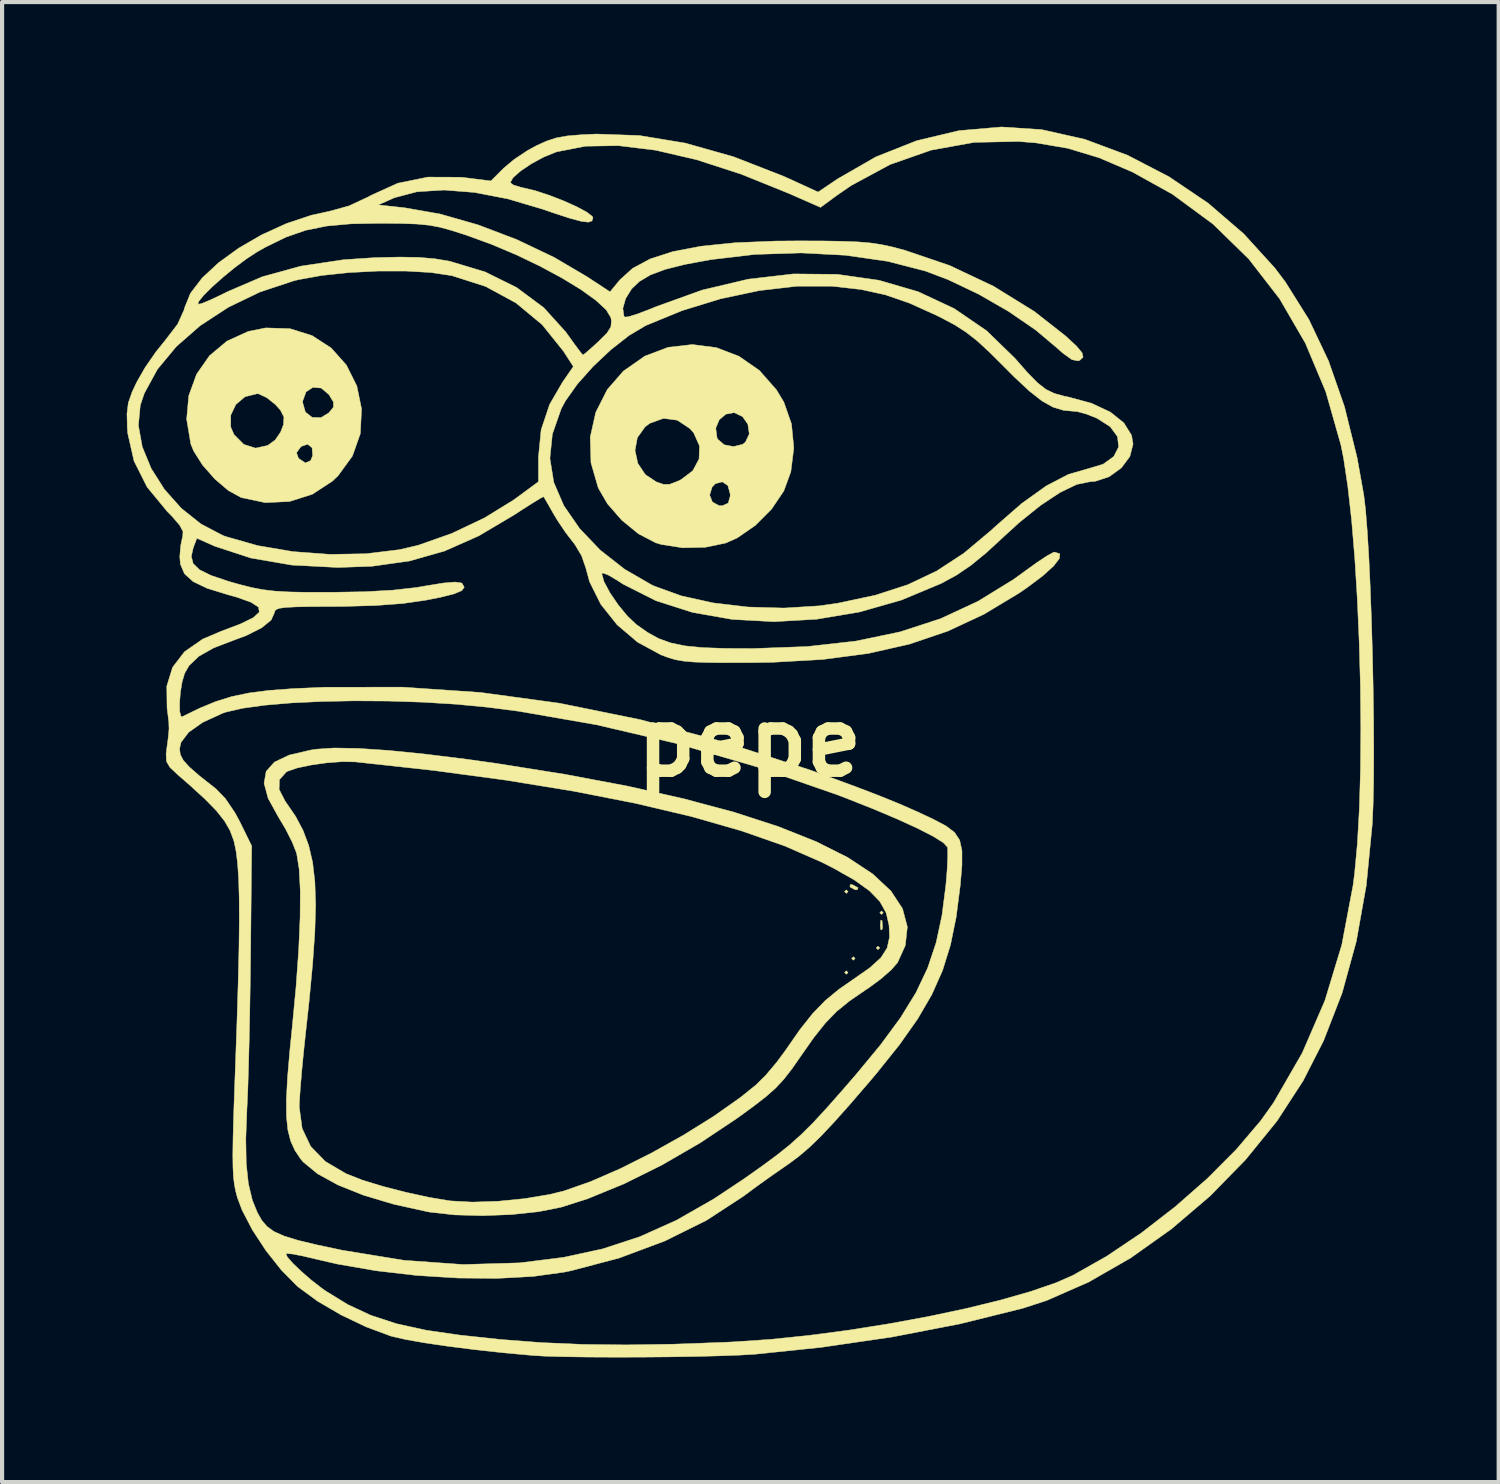
<source format=kicad_pcb>
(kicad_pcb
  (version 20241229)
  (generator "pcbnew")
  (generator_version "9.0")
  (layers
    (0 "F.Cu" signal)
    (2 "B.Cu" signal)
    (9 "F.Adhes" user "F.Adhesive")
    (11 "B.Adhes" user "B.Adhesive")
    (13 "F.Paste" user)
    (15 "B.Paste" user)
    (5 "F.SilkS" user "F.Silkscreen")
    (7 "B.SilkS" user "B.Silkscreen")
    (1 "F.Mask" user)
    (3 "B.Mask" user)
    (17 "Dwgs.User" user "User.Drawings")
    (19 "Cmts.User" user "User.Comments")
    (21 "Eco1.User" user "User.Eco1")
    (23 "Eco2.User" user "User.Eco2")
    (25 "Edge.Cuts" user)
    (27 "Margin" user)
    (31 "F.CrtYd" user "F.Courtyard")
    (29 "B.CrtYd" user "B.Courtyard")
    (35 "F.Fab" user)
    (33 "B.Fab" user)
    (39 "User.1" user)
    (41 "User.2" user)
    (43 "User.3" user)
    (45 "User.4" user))
  (footprint "pepe"
    (layer "F.Cu")
    (at 14.986 14.806)
    (property "Reference" "pepe" (at 0 0 0) (layer "F.SilkS") (effects (font (size 1.524 1.524) (thickness 0.3))))
    (attr through_hole)
    (fp_poly (pts (xy 2.371 3.598) (xy 2.328 3.641) (xy 2.286 3.598) (xy 2.328 3.556) (xy 2.371 3.598)) (stroke (width 0.01) (type solid)) (fill yes) (layer "F.SilkS"))
    (fp_poly (pts (xy 2.371 5.546) (xy 2.328 5.588) (xy 2.286 5.546) (xy 2.328 5.503) (xy 2.371 5.546)) (stroke (width 0.01) (type solid)) (fill yes) (layer "F.SilkS"))
    (fp_poly (pts (xy 2.54 5.207) (xy 2.498 5.249) (xy 2.455 5.207) (xy 2.498 5.165) (xy 2.54 5.207)) (stroke (width 0.01) (type solid)) (fill yes) (layer "F.SilkS"))
    (fp_poly (pts (xy 3.133 4.953) (xy 3.09 4.995) (xy 3.048 4.953) (xy 3.09 4.911) (xy 3.133 4.953)) (stroke (width 0.01) (type solid)) (fill yes) (layer "F.SilkS"))
    (fp_poly (pts (xy 3.217 4.106) (xy 3.175 4.149) (xy 3.133 4.106) (xy 3.175 4.064) (xy 3.217 4.106)) (stroke (width 0.01) (type solid)) (fill yes) (layer "F.SilkS"))
    (fp_poly (pts (xy 3.189 4.297) (xy 3.2 4.47) (xy 3.189 4.508) (xy 3.158 4.519) (xy 3.146 4.403) (xy 3.159 4.282) (xy 3.189 4.297)) (stroke (width 0.01) (type solid)) (fill yes) (layer "F.SilkS"))
    (fp_poly (pts (xy 2.493 3.439) (xy 2.612 3.507) (xy 2.592 3.552) (xy 2.545 3.556) (xy 2.43 3.495) (xy 2.414 3.472) (xy 2.427 3.424) (xy 2.493 3.439)) (stroke (width 0.01) (type solid)) (fill yes) (layer "F.SilkS"))
    (fp_poly (pts (xy -11.058 -9.948) (xy -10.527 -9.781) (xy -10.067 -9.483) (xy -9.701 -9.072) (xy -9.449 -8.567) (xy -9.336 -8.016) (xy -9.366 -7.42) (xy -9.556 -6.882) (xy -9.9 -6.41) (xy -10.04 -6.277) (xy -10.52 -5.963) (xy -11.069 -5.789) (xy -11.653 -5.761) (xy -12.234 -5.884) (xy -12.543 -6.054) (xy -12.868 -6.331) (xy -13.162 -6.665) (xy -13.35 -6.962) (xy -10.901 -6.962) (xy -10.859 -6.843) (xy -10.839 -6.817) (xy -10.687 -6.717) (xy -10.561 -6.773) (xy -10.512 -6.895) (xy -10.527 -7.083) (xy -10.633 -7.166) (xy -10.783 -7.116) (xy -10.809 -7.091) (xy -10.901 -6.962) (xy -13.35 -6.962) (xy -13.378 -7.007) (xy -13.445 -7.172) (xy -13.514 -7.584) (xy -12.485 -7.584) (xy -12.406 -7.4) (xy -12.169 -7.163) (xy -11.887 -7.073) (xy -11.596 -7.137) (xy -11.414 -7.269) (xy -11.284 -7.459) (xy -11.215 -7.639) (xy -11.204 -7.82) (xy -11.289 -7.988) (xy -11.415 -8.126) (xy -11.47 -8.17) (xy -10.753 -8.17) (xy -10.687 -7.94) (xy -10.524 -7.813) (xy -10.313 -7.808) (xy -10.124 -7.922) (xy -10.013 -8.058) (xy -10.013 -8.182) (xy -10.122 -8.363) (xy -10.308 -8.519) (xy -10.508 -8.535) (xy -10.672 -8.426) (xy -10.751 -8.209) (xy -10.753 -8.17) (xy -11.47 -8.17) (xy -11.616 -8.287) (xy -11.805 -8.376) (xy -11.85 -8.382) (xy -12.14 -8.31) (xy -12.36 -8.124) (xy -12.483 -7.867) (xy -12.485 -7.584) (xy -13.514 -7.584) (xy -13.545 -7.768) (xy -13.494 -8.335) (xy -13.306 -8.852) (xy -12.995 -9.297) (xy -12.576 -9.648) (xy -12.062 -9.882) (xy -11.641 -9.966) (xy -11.058 -9.948)) (stroke (width 0.01) (type solid)) (fill yes) (layer "F.SilkS"))
    (fp_poly (pts (xy -0.8 -9.492) (xy -0.254 -9.283) (xy 0.237 -8.942) (xy 0.648 -8.475) (xy 0.825 -8.181) (xy 1.009 -7.656) (xy 1.065 -7.077) (xy 0.993 -6.502) (xy 0.825 -6.043) (xy 0.531 -5.607) (xy 0.141 -5.215) (xy -0.294 -4.914) (xy -0.57 -4.79) (xy -1.064 -4.687) (xy -1.611 -4.675) (xy -2.126 -4.755) (xy -2.263 -4.797) (xy -2.674 -5.011) (xy -3.077 -5.341) (xy -3.421 -5.736) (xy -3.542 -5.945) (xy -0.96 -5.945) (xy -0.893 -5.776) (xy -0.732 -5.688) (xy -0.65 -5.689) (xy -0.513 -5.751) (xy -0.467 -5.915) (xy -0.466 -5.968) (xy -0.522 -6.173) (xy -0.657 -6.262) (xy -0.821 -6.218) (xy -0.901 -6.136) (xy -0.96 -5.945) (xy -3.542 -5.945) (xy -3.641 -6.115) (xy -3.816 -6.721) (xy -3.824 -7.018) (xy -2.756 -7.018) (xy -2.688 -6.706) (xy -2.507 -6.435) (xy -2.244 -6.261) (xy -2.066 -6.2) (xy -1.921 -6.203) (xy -1.728 -6.277) (xy -1.654 -6.312) (xy -1.368 -6.527) (xy -1.215 -6.812) (xy -1.205 -7.128) (xy -1.343 -7.437) (xy -1.433 -7.542) (xy -1.453 -7.555) (xy -0.813 -7.555) (xy -0.783 -7.325) (xy -0.764 -7.285) (xy -0.61 -7.154) (xy -0.386 -7.111) (xy -0.169 -7.164) (xy -0.102 -7.214) (xy -0.007 -7.414) (xy -0.041 -7.65) (xy -0.17 -7.832) (xy -0.371 -7.927) (xy -0.57 -7.89) (xy -0.729 -7.755) (xy -0.813 -7.555) (xy -1.453 -7.555) (xy -1.739 -7.745) (xy -2.071 -7.789) (xy -2.399 -7.671) (xy -2.512 -7.587) (xy -2.7 -7.326) (xy -2.756 -7.018) (xy -3.824 -7.018) (xy -3.834 -7.337) (xy -3.701 -7.934) (xy -3.424 -8.482) (xy -3.036 -8.927) (xy -2.519 -9.288) (xy -1.957 -9.5) (xy -1.376 -9.566) (xy -0.8 -9.492)) (stroke (width 0.01) (type solid)) (fill yes) (layer "F.SilkS"))
    (fp_poly (pts (xy -9.417 0.152) (xy -8.686 0.201) (xy -7.817 0.288) (xy -6.815 0.412) (xy -6.099 0.512) (xy -4.446 0.775) (xy -2.938 1.059) (xy -1.577 1.365) (xy -0.364 1.69) (xy 0.699 2.035) (xy 1.609 2.398) (xy 2.364 2.777) (xy 2.963 3.173) (xy 3.402 3.583) (xy 3.681 4.008) (xy 3.797 4.445) (xy 3.748 4.894) (xy 3.562 5.305) (xy 3.414 5.476) (xy 3.167 5.693) (xy 2.868 5.914) (xy 2.792 5.964) (xy 2.407 6.228) (xy 2.097 6.48) (xy 1.822 6.763) (xy 1.542 7.116) (xy 1.248 7.535) (xy 1.022 7.86) (xy 0.826 8.112) (xy 0.625 8.328) (xy 0.384 8.541) (xy 0.068 8.784) (xy -0.296 9.049) (xy -1.182 9.64) (xy -2.103 10.174) (xy -3.022 10.63) (xy -3.9 10.99) (xy -4.53 11.191) (xy -5.078 11.3) (xy -5.73 11.369) (xy -6.423 11.396) (xy -7.097 11.377) (xy -7.689 11.311) (xy -7.747 11.301) (xy -8.562 11.121) (xy -9.288 10.904) (xy -9.905 10.657) (xy -10.395 10.388) (xy -10.739 10.105) (xy -10.805 10.027) (xy -10.941 9.823) (xy -11.042 9.6) (xy -11.109 9.337) (xy -11.143 9.01) (xy -11.145 8.599) (xy -11.118 8.08) (xy -11.063 7.432) (xy -11.007 6.88) (xy -10.913 5.892) (xy -10.849 5.002) (xy -10.815 4.223) (xy -10.811 3.57) (xy -10.838 3.054) (xy -10.896 2.691) (xy -10.905 2.66) (xy -11.004 2.409) (xy -11.165 2.091) (xy -11.345 1.789) (xy -11.585 1.352) (xy -11.642 1.139) (xy -11.32 1.139) (xy -11.17 1.43) (xy -11.143 1.466) (xy -10.921 1.791) (xy -10.744 2.125) (xy -10.608 2.487) (xy -10.514 2.894) (xy -10.459 3.366) (xy -10.441 3.919) (xy -10.46 4.573) (xy -10.514 5.346) (xy -10.6 6.255) (xy -10.673 6.921) (xy -10.728 7.433) (xy -10.775 7.917) (xy -10.81 8.334) (xy -10.831 8.648) (xy -10.835 8.784) (xy -10.766 9.297) (xy -10.56 9.73) (xy -10.21 10.09) (xy -9.71 10.385) (xy -9.318 10.539) (xy -8.826 10.69) (xy -8.266 10.834) (xy -7.71 10.955) (xy -7.234 11.035) (xy -7.197 11.04) (xy -6.671 11.069) (xy -6.052 11.049) (xy -5.408 10.985) (xy -4.806 10.884) (xy -4.465 10.8) (xy -3.829 10.577) (xy -3.11 10.264) (xy -2.349 9.882) (xy -1.587 9.455) (xy -0.866 9.006) (xy -0.227 8.556) (xy 0.151 8.253) (xy 0.392 8.014) (xy 0.656 7.701) (xy 0.863 7.42) (xy 1.211 6.92) (xy 1.518 6.533) (xy 1.819 6.222) (xy 2.151 5.948) (xy 2.502 5.705) (xy 2.899 5.427) (xy 3.162 5.187) (xy 3.311 4.952) (xy 3.368 4.692) (xy 3.356 4.406) (xy 3.286 4.107) (xy 3.136 3.838) (xy 2.888 3.581) (xy 2.524 3.32) (xy 2.025 3.037) (xy 1.736 2.89) (xy 0.848 2.501) (xy -0.2 2.135) (xy -1.402 1.791) (xy -2.751 1.473) (xy -4.24 1.181) (xy -5.861 0.917) (xy -7.609 0.682) (xy -9.474 0.478) (xy -9.483 0.477) (xy -9.796 0.471) (xy -10.171 0.499) (xy -10.552 0.552) (xy -10.886 0.623) (xy -11.117 0.703) (xy -11.148 0.721) (xy -11.312 0.904) (xy -11.32 1.139) (xy -11.642 1.139) (xy -11.682 0.993) (xy -11.632 0.705) (xy -11.432 0.481) (xy -11.076 0.312) (xy -10.561 0.192) (xy -10.424 0.171) (xy -9.999 0.142) (xy -9.417 0.152)) (stroke (width 0.01) (type solid)) (fill yes) (layer "F.SilkS"))
    (fp_poly (pts (xy 7.031 -14.737) (xy 8.064 -14.505) (xy 9.093 -14.122) (xy 10.092 -13.604) (xy 11.034 -12.968) (xy 11.892 -12.229) (xy 12.642 -11.404) (xy 12.893 -11.071) (xy 13.459 -10.168) (xy 13.931 -9.173) (xy 14.316 -8.069) (xy 14.62 -6.839) (xy 14.78 -5.945) (xy 14.823 -5.583) (xy 14.863 -5.078) (xy 14.901 -4.456) (xy 14.934 -3.745) (xy 14.963 -2.97) (xy 14.987 -2.159) (xy 15.005 -1.338) (xy 15.016 -0.533) (xy 15.02 0.229) (xy 15.017 0.922) (xy 15.004 1.518) (xy 14.984 1.975) (xy 14.84 3.448) (xy 14.6 4.796) (xy 14.259 6.036) (xy 13.813 7.185) (xy 13.322 8.148) (xy 12.691 9.119) (xy 11.935 10.05) (xy 11.081 10.923) (xy 10.15 11.717) (xy 9.168 12.415) (xy 8.157 12.995) (xy 7.142 13.44) (xy 6.569 13.626) (xy 5.064 13.999) (xy 3.436 14.314) (xy 1.719 14.565) (xy 0.127 14.73) (xy -0.229 14.751) (xy -0.714 14.769) (xy -1.295 14.784) (xy -1.938 14.794) (xy -2.61 14.8) (xy -3.277 14.801) (xy -3.906 14.798) (xy -4.464 14.79) (xy -4.916 14.777) (xy -5.207 14.76) (xy -5.913 14.696) (xy -6.602 14.621) (xy -7.245 14.54) (xy -7.812 14.457) (xy -8.274 14.376) (xy -8.601 14.301) (xy -8.634 14.292) (xy -9.224 14.073) (xy -9.831 13.783) (xy -10.394 13.454) (xy -10.854 13.116) (xy -10.886 13.089) (xy -11.265 12.706) (xy -11.635 12.239) (xy -11.962 11.741) (xy -12.212 11.26) (xy -12.324 10.962) (xy -12.365 10.808) (xy -12.396 10.649) (xy -12.418 10.466) (xy -12.43 10.236) (xy -12.434 9.938) (xy -12.429 9.551) (xy -12.416 9.054) (xy -12.395 8.426) (xy -12.373 7.832) (xy -12.334 6.728) (xy -12.305 5.781) (xy -12.286 4.976) (xy -12.278 4.301) (xy -12.281 3.743) (xy -12.294 3.288) (xy -12.319 2.923) (xy -12.354 2.636) (xy -12.4 2.412) (xy -12.413 2.365) (xy -12.501 2.129) (xy -12.632 1.901) (xy -12.826 1.656) (xy -13.104 1.371) (xy -13.485 1.023) (xy -13.757 0.787) (xy -13.946 0.61) (xy -14.03 0.467) (xy -14.039 0.287) (xy -14.024 0.165) (xy -13.716 0.165) (xy -13.697 0.3) (xy -13.627 0.436) (xy -13.483 0.597) (xy -13.245 0.805) (xy -12.892 1.084) (xy -12.844 1.121) (xy -12.613 1.359) (xy -12.378 1.707) (xy -12.261 1.925) (xy -11.98 2.498) (xy -12.006 5.122) (xy -12.015 5.835) (xy -12.027 6.549) (xy -12.041 7.231) (xy -12.057 7.847) (xy -12.073 8.366) (xy -12.09 8.754) (xy -12.093 8.805) (xy -12.121 9.542) (xy -12.111 10.14) (xy -12.059 10.625) (xy -11.964 11.023) (xy -11.844 11.319) (xy -11.738 11.506) (xy -11.612 11.655) (xy -11.442 11.778) (xy -11.202 11.885) (xy -10.87 11.988) (xy -10.419 12.096) (xy -9.826 12.222) (xy -9.815 12.225) (xy -8.32 12.469) (xy -6.897 12.571) (xy -5.529 12.531) (xy -4.472 12.398) (xy -3.533 12.194) (xy -2.641 11.902) (xy -1.762 11.507) (xy -0.86 10.992) (xy -0.136 10.511) (xy 0.301 10.202) (xy 0.659 9.938) (xy 0.965 9.693) (xy 1.247 9.44) (xy 1.534 9.155) (xy 1.853 8.81) (xy 2.232 8.38) (xy 2.56 8.001) (xy 3.156 7.28) (xy 3.633 6.632) (xy 4.005 6.027) (xy 4.286 5.434) (xy 4.49 4.823) (xy 4.631 4.164) (xy 4.725 3.429) (xy 4.754 3.073) (xy 4.768 2.771) (xy 4.767 2.571) (xy 4.762 2.528) (xy 4.664 2.422) (xy 4.422 2.271) (xy 4.051 2.08) (xy 3.569 1.859) (xy 2.99 1.614) (xy 2.332 1.353) (xy 2.134 1.277) (xy 0.196 0.603) (xy -1.752 0.036) (xy -3.678 -0.415) (xy -5.549 -0.741) (xy -6.308 -0.839) (xy -7.065 -0.911) (xy -7.869 -0.96) (xy -8.693 -0.987) (xy -9.51 -0.992) (xy -10.296 -0.977) (xy -11.024 -0.942) (xy -11.668 -0.887) (xy -12.203 -0.813) (xy -12.602 -0.721) (xy -12.684 -0.692) (xy -13.159 -0.474) (xy -13.495 -0.237) (xy -13.681 0.007) (xy -13.716 0.165) (xy -14.024 0.165) (xy -14.023 0.152) (xy -13.985 -0.129) (xy -13.969 -0.314) (xy -13.974 -0.478) (xy -14 -0.694) (xy -14.016 -0.814) (xy -14.018 -0.942) (xy -13.715 -0.942) (xy -13.711 -0.733) (xy -13.681 -0.618) (xy -13.652 -0.611) (xy -13.231 -0.816) (xy -12.845 -0.975) (xy -12.461 -1.095) (xy -12.044 -1.182) (xy -11.562 -1.244) (xy -10.98 -1.287) (xy -10.265 -1.318) (xy -10.218 -1.32) (xy -8.35 -1.322) (xy -6.474 -1.194) (xy -4.574 -0.935) (xy -2.634 -0.541) (xy -0.639 -0.009) (xy 1.426 0.662) (xy 1.905 0.834) (xy 2.586 1.085) (xy 3.143 1.299) (xy 3.613 1.49) (xy 4.032 1.674) (xy 4.418 1.855) (xy 4.723 2.015) (xy 4.931 2.172) (xy 5.056 2.36) (xy 5.111 2.613) (xy 5.111 2.965) (xy 5.07 3.448) (xy 4.972 4.211) (xy 4.835 4.882) (xy 4.645 5.493) (xy 4.386 6.076) (xy 4.045 6.662) (xy 3.606 7.284) (xy 3.055 7.971) (xy 2.879 8.18) (xy 2.412 8.722) (xy 2.029 9.152) (xy 1.711 9.489) (xy 1.436 9.755) (xy 1.185 9.969) (xy 0.937 10.153) (xy 0.889 10.186) (xy 0.55 10.421) (xy 0.164 10.697) (xy -0.155 10.933) (xy -1.036 11.508) (xy -2.041 12.006) (xy -3.136 12.415) (xy -4.288 12.719) (xy -4.456 12.754) (xy -5.209 12.858) (xy -6.08 12.905) (xy -7.028 12.896) (xy -8.011 12.834) (xy -8.989 12.721) (xy -9.922 12.559) (xy -10.442 12.439) (xy -10.756 12.365) (xy -11.003 12.318) (xy -11.14 12.306) (xy -11.154 12.311) (xy -11.123 12.389) (xy -10.99 12.541) (xy -10.785 12.738) (xy -10.539 12.951) (xy -10.283 13.149) (xy -10.202 13.206) (xy -9.667 13.535) (xy -9.11 13.794) (xy -8.494 13.996) (xy -7.781 14.152) (xy -6.985 14.268) (xy -5.986 14.375) (xy -5.009 14.45) (xy -4.018 14.493) (xy -2.975 14.505) (xy -1.844 14.488) (xy -0.589 14.442) (xy -0.384 14.432) (xy 0.494 14.373) (xy 1.427 14.277) (xy 2.39 14.15) (xy 3.357 13.996) (xy 4.303 13.822) (xy 5.203 13.631) (xy 6.031 13.429) (xy 6.763 13.22) (xy 7.371 13.011) (xy 7.772 12.836) (xy 8.59 12.374) (xy 9.425 11.813) (xy 10.245 11.178) (xy 11.019 10.498) (xy 11.715 9.799) (xy 12.302 9.108) (xy 12.608 8.678) (xy 13.299 7.48) (xy 13.844 6.22) (xy 14.25 4.881) (xy 14.521 3.45) (xy 14.557 3.175) (xy 14.625 2.449) (xy 14.673 1.605) (xy 14.7 0.67) (xy 14.708 -0.33) (xy 14.698 -1.366) (xy 14.669 -2.412) (xy 14.624 -3.44) (xy 14.563 -4.423) (xy 14.487 -5.335) (xy 14.396 -6.147) (xy 14.293 -6.833) (xy 14.228 -7.154) (xy 13.866 -8.428) (xy 13.373 -9.601) (xy 12.753 -10.668) (xy 12.012 -11.624) (xy 11.152 -12.464) (xy 10.177 -13.182) (xy 9.213 -13.717) (xy 8.413 -14.059) (xy 7.66 -14.287) (xy 6.891 -14.418) (xy 6.471 -14.452) (xy 5.405 -14.43) (xy 4.369 -14.243) (xy 3.379 -13.896) (xy 2.446 -13.392) (xy 2.103 -13.156) (xy 1.708 -12.866) (xy 0.947 -13.201) (xy -0.204 -13.666) (xy -1.276 -14.013) (xy -2.263 -14.242) (xy -3.156 -14.351) (xy -3.949 -14.338) (xy -4.635 -14.204) (xy -4.669 -14.193) (xy -4.959 -14.074) (xy -5.253 -13.914) (xy -5.511 -13.74) (xy -5.693 -13.579) (xy -5.757 -13.463) (xy -5.683 -13.405) (xy -5.498 -13.348) (xy -5.44 -13.336) (xy -5.152 -13.267) (xy -4.818 -13.157) (xy -4.477 -13.025) (xy -4.165 -12.885) (xy -3.922 -12.755) (xy -3.785 -12.651) (xy -3.768 -12.615) (xy -3.792 -12.54) (xy -3.878 -12.51) (xy -4.047 -12.53) (xy -4.321 -12.603) (xy -4.72 -12.733) (xy -4.972 -12.82) (xy -5.814 -13.07) (xy -6.615 -13.225) (xy -7.351 -13.283) (xy -8.001 -13.242) (xy -8.54 -13.1) (xy -8.599 -13.075) (xy -8.932 -12.926) (xy -8.297 -12.856) (xy -7.447 -12.707) (xy -6.533 -12.446) (xy -5.602 -12.092) (xy -4.701 -11.663) (xy -3.908 -11.196) (xy -3.357 -10.834) (xy -3.122 -11.12) (xy -2.816 -11.398) (xy -2.393 -11.625) (xy -1.846 -11.802) (xy -1.166 -11.932) (xy -0.343 -12.016) (xy 0.632 -12.056) (xy 1.185 -12.06) (xy 1.788 -12.058) (xy 2.254 -12.05) (xy 2.618 -12.035) (xy 2.912 -12.01) (xy 3.171 -11.971) (xy 3.427 -11.916) (xy 3.713 -11.841) (xy 3.725 -11.838) (xy 4.814 -11.468) (xy 5.872 -10.968) (xy 6.854 -10.361) (xy 7.599 -9.776) (xy 7.863 -9.533) (xy 8.001 -9.368) (xy 8.026 -9.26) (xy 7.949 -9.189) (xy 7.91 -9.172) (xy 7.759 -9.201) (xy 7.532 -9.363) (xy 7.423 -9.462) (xy 6.884 -9.916) (xy 6.229 -10.365) (xy 5.509 -10.779) (xy 4.775 -11.128) (xy 4.231 -11.334) (xy 3.323 -11.568) (xy 2.31 -11.714) (xy 1.232 -11.77) (xy 0.13 -11.734) (xy -0.931 -11.609) (xy -1.552 -11.494) (xy -2.029 -11.374) (xy -2.387 -11.24) (xy -2.652 -11.082) (xy -2.837 -10.906) (xy -2.982 -10.671) (xy -3.049 -10.435) (xy -3.023 -10.255) (xy -3.001 -10.226) (xy -2.908 -10.236) (xy -2.697 -10.302) (xy -2.408 -10.412) (xy -2.26 -10.473) (xy -1.141 -10.876) (xy -0.031 -11.139) (xy 1.058 -11.265) (xy 2.111 -11.255) (xy 3.115 -11.112) (xy 4.058 -10.837) (xy 4.925 -10.431) (xy 5.704 -9.898) (xy 6.382 -9.239) (xy 6.391 -9.229) (xy 6.696 -8.882) (xy 6.931 -8.643) (xy 7.131 -8.487) (xy 7.332 -8.39) (xy 7.566 -8.325) (xy 7.665 -8.305) (xy 8.228 -8.153) (xy 8.681 -7.941) (xy 9.007 -7.68) (xy 9.192 -7.383) (xy 9.228 -7.171) (xy 9.151 -6.871) (xy 8.946 -6.597) (xy 8.654 -6.386) (xy 8.316 -6.274) (xy 8.192 -6.265) (xy 7.872 -6.199) (xy 7.471 -6.006) (xy 7.006 -5.698) (xy 6.495 -5.288) (xy 6.131 -4.956) (xy 5.694 -4.553) (xy 5.323 -4.25) (xy 4.974 -4.014) (xy 4.612 -3.817) (xy 3.652 -3.416) (xy 2.644 -3.129) (xy 1.614 -2.956) (xy 0.586 -2.897) (xy -0.418 -2.952) (xy -1.373 -3.12) (xy -2.254 -3.402) (xy -3.037 -3.797) (xy -3.181 -3.89) (xy -3.387 -4.013) (xy -3.523 -4.067) (xy -3.556 -4.051) (xy -3.502 -3.859) (xy -3.36 -3.594) (xy -3.162 -3.303) (xy -2.94 -3.033) (xy -2.727 -2.831) (xy -2.726 -2.83) (xy -2.453 -2.638) (xy -2.186 -2.491) (xy -1.895 -2.386) (xy -1.552 -2.315) (xy -1.127 -2.273) (xy -0.591 -2.254) (xy 0.085 -2.251) (xy 1.387 -2.299) (xy 2.559 -2.43) (xy 3.622 -2.652) (xy 4.595 -2.969) (xy 5.499 -3.389) (xy 6.354 -3.915) (xy 6.646 -4.127) (xy 6.924 -4.327) (xy 7.158 -4.481) (xy 7.31 -4.564) (xy 7.339 -4.572) (xy 7.466 -4.531) (xy 7.455 -4.416) (xy 7.315 -4.235) (xy 7.054 -3.999) (xy 6.68 -3.718) (xy 6.477 -3.579) (xy 5.637 -3.074) (xy 4.769 -2.669) (xy 3.849 -2.357) (xy 2.855 -2.132) (xy 1.762 -1.988) (xy 0.546 -1.919) (xy 0 -1.911) (xy -0.577 -1.91) (xy -1.015 -1.914) (xy -1.342 -1.926) (xy -1.588 -1.948) (xy -1.782 -1.982) (xy -1.953 -2.032) (xy -2.132 -2.099) (xy -2.134 -2.1) (xy -2.693 -2.403) (xy -3.185 -2.82) (xy -3.58 -3.316) (xy -3.851 -3.86) (xy -3.942 -4.196) (xy -4.042 -4.484) (xy -4.208 -4.762) (xy -4.24 -4.801) (xy -4.425 -5.041) (xy -4.625 -5.339) (xy -4.709 -5.479) (xy -4.838 -5.705) (xy -4.928 -5.861) (xy -4.954 -5.905) (xy -5.025 -5.871) (xy -5.206 -5.761) (xy -5.467 -5.595) (xy -5.667 -5.465) (xy -6.517 -4.961) (xy -7.341 -4.596) (xy -8.183 -4.357) (xy -9.088 -4.23) (xy -9.906 -4.201) (xy -11.017 -4.259) (xy -12.002 -4.429) (xy -12.862 -4.711) (xy -12.927 -4.739) (xy -13.299 -4.904) (xy -13.384 -4.681) (xy -13.433 -4.47) (xy -13.389 -4.297) (xy -13.236 -4.147) (xy -12.956 -4.009) (xy -12.534 -3.867) (xy -12.277 -3.794) (xy -11.985 -3.72) (xy -11.715 -3.668) (xy -11.427 -3.633) (xy -11.083 -3.613) (xy -10.646 -3.604) (xy -10.079 -3.604) (xy -10.075 -3.604) (xy -9.257 -3.618) (xy -8.579 -3.656) (xy -8.015 -3.72) (xy -7.798 -3.757) (xy -7.369 -3.827) (xy -7.087 -3.851) (xy -6.935 -3.83) (xy -6.914 -3.815) (xy -6.865 -3.724) (xy -6.925 -3.644) (xy -7.111 -3.566) (xy -7.437 -3.484) (xy -7.79 -3.414) (xy -8.342 -3.335) (xy -8.995 -3.286) (xy -9.778 -3.264) (xy -10.012 -3.262) (xy -10.535 -3.26) (xy -10.913 -3.253) (xy -11.168 -3.24) (xy -11.323 -3.217) (xy -11.402 -3.183) (xy -11.429 -3.135) (xy -11.43 -3.118) (xy -11.511 -2.936) (xy -11.744 -2.747) (xy -12.11 -2.563) (xy -12.387 -2.46) (xy -12.892 -2.267) (xy -13.25 -2.065) (xy -13.486 -1.841) (xy -13.594 -1.652) (xy -13.654 -1.448) (xy -13.695 -1.196) (xy -13.715 -0.942) (xy -14.018 -0.942) (xy -14.023 -1.346) (xy -13.884 -1.798) (xy -13.596 -2.174) (xy -13.157 -2.479) (xy -12.719 -2.665) (xy -12.248 -2.843) (xy -11.941 -2.994) (xy -11.797 -3.126) (xy -11.815 -3.247) (xy -11.993 -3.363) (xy -12.331 -3.484) (xy -12.559 -3.548) (xy -13.049 -3.699) (xy -13.388 -3.861) (xy -13.598 -4.051) (xy -13.696 -4.282) (xy -13.71 -4.462) (xy -13.689 -4.721) (xy -13.646 -4.93) (xy -13.64 -4.948) (xy -13.632 -5.065) (xy -13.709 -5.213) (xy -13.89 -5.424) (xy -14.016 -5.553) (xy -14.496 -6.136) (xy -14.811 -6.762) (xy -14.963 -7.43) (xy -14.973 -7.559) (xy -14.974 -7.622) (xy -14.706 -7.622) (xy -14.613 -7.105) (xy -14.397 -6.582) (xy -14.078 -6.079) (xy -13.673 -5.625) (xy -13.199 -5.247) (xy -12.676 -4.973) (xy -12.61 -4.948) (xy -11.838 -4.728) (xy -10.984 -4.583) (xy -10.098 -4.517) (xy -9.229 -4.532) (xy -8.425 -4.63) (xy -7.973 -4.736) (xy -7.165 -5.021) (xy -6.377 -5.395) (xy -5.679 -5.825) (xy -5.599 -5.883) (xy -5.08 -6.265) (xy -5.08 -6.827) (xy -4.804 -6.827) (xy -4.711 -6.251) (xy -4.71 -6.247) (xy -4.47 -5.69) (xy -4.089 -5.138) (xy -3.592 -4.618) (xy -3.005 -4.158) (xy -2.356 -3.783) (xy -2.291 -3.753) (xy -1.641 -3.518) (xy -0.875 -3.349) (xy -0.038 -3.25) (xy 0.828 -3.225) (xy 1.681 -3.278) (xy 2.127 -3.342) (xy 3.03 -3.535) (xy 3.808 -3.787) (xy 4.503 -4.117) (xy 5.156 -4.544) (xy 5.807 -5.089) (xy 5.891 -5.168) (xy 6.549 -5.742) (xy 7.14 -6.165) (xy 7.672 -6.442) (xy 8.115 -6.569) (xy 8.506 -6.686) (xy 8.763 -6.871) (xy 8.881 -7.101) (xy 8.854 -7.349) (xy 8.677 -7.59) (xy 8.354 -7.795) (xy 8.101 -7.894) (xy 7.886 -7.952) (xy 7.832 -7.957) (xy 7.556 -7.982) (xy 7.3 -8.06) (xy 7.035 -8.209) (xy 6.734 -8.445) (xy 6.368 -8.787) (xy 6.144 -9.012) (xy 5.777 -9.378) (xy 5.482 -9.65) (xy 5.219 -9.857) (xy 4.949 -10.031) (xy 4.63 -10.202) (xy 4.487 -10.273) (xy 3.848 -10.562) (xy 3.271 -10.761) (xy 2.689 -10.889) (xy 2.035 -10.964) (xy 1.96 -10.97) (xy 1.142 -10.969) (xy 0.243 -10.865) (xy -0.693 -10.667) (xy -1.62 -10.383) (xy -2.495 -10.024) (xy -2.498 -10.023) (xy -2.902 -9.782) (xy -3.337 -9.441) (xy -3.765 -9.038) (xy -4.143 -8.614) (xy -4.431 -8.208) (xy -4.531 -8.022) (xy -4.745 -7.408) (xy -4.804 -6.827) (xy -5.08 -6.827) (xy -5.08 -6.857) (xy -5.015 -7.515) (xy -4.812 -8.122) (xy -4.504 -8.654) (xy -4.24 -9.037) (xy -4.48 -9.408) (xy -4.991 -10.044) (xy -5.62 -10.566) (xy -6.351 -10.963) (xy -7.162 -11.223) (xy -7.661 -11.298) (xy -8.274 -11.334) (xy -8.951 -11.333) (xy -9.641 -11.297) (xy -10.293 -11.228) (xy -10.858 -11.126) (xy -10.964 -11.1) (xy -11.784 -10.828) (xy -12.541 -10.463) (xy -13.218 -10.021) (xy -13.793 -9.518) (xy -14.248 -8.97) (xy -14.563 -8.392) (xy -14.66 -8.105) (xy -14.706 -7.622) (xy -14.974 -7.622) (xy -14.981 -7.9) (xy -14.949 -8.161) (xy -14.858 -8.423) (xy -14.746 -8.661) (xy -14.545 -9.012) (xy -14.285 -9.388) (xy -14.072 -9.652) (xy -13.761 -10.057) (xy -13.606 -10.402) (xy -13.596 -10.447) (xy -13.561 -10.534) (xy -13.272 -10.534) (xy -13.184 -10.552) (xy -12.983 -10.635) (xy -12.705 -10.766) (xy -12.563 -10.837) (xy -11.724 -11.197) (xy -10.799 -11.452) (xy -9.769 -11.607) (xy -9.017 -11.657) (xy -8.426 -11.671) (xy -7.958 -11.663) (xy -7.57 -11.63) (xy -7.218 -11.57) (xy -7.211 -11.569) (xy -6.366 -11.315) (xy -5.606 -10.939) (xy -4.952 -10.453) (xy -4.423 -9.869) (xy -4.388 -9.82) (xy -4.212 -9.575) (xy -4.078 -9.395) (xy -4.011 -9.315) (xy -4.009 -9.313) (xy -3.94 -9.366) (xy -3.785 -9.501) (xy -3.635 -9.638) (xy -3.432 -9.84) (xy -3.337 -9.989) (xy -3.324 -10.134) (xy -3.337 -10.213) (xy -3.449 -10.4) (xy -3.698 -10.63) (xy -4.061 -10.891) (xy -4.516 -11.168) (xy -5.04 -11.45) (xy -5.61 -11.724) (xy -6.205 -11.975) (xy -6.801 -12.193) (xy -6.816 -12.198) (xy -7.163 -12.309) (xy -7.446 -12.387) (xy -7.711 -12.437) (xy -8.005 -12.465) (xy -8.373 -12.478) (xy -8.861 -12.483) (xy -8.89 -12.483) (xy -9.594 -12.47) (xy -10.175 -12.417) (xy -10.679 -12.315) (xy -11.149 -12.152) (xy -11.63 -11.918) (xy -11.853 -11.793) (xy -12.108 -11.626) (xy -12.392 -11.414) (xy -12.678 -11.179) (xy -12.937 -10.948) (xy -13.139 -10.746) (xy -13.258 -10.598) (xy -13.272 -10.534) (xy -13.561 -10.534) (xy -13.455 -10.797) (xy -13.173 -11.166) (xy -12.776 -11.535) (xy -12.29 -11.887) (xy -11.739 -12.206) (xy -11.149 -12.475) (xy -10.546 -12.677) (xy -10.1 -12.775) (xy -9.636 -12.903) (xy -9.166 -13.123) (xy -9.118 -13.151) (xy -8.466 -13.447) (xy -7.741 -13.595) (xy -6.957 -13.592) (xy -6.843 -13.58) (xy -6.223 -13.503) (xy -5.917 -13.809) (xy -5.666 -14.019) (xy -5.343 -14.234) (xy -5.121 -14.355) (xy -4.876 -14.465) (xy -4.647 -14.539) (xy -4.383 -14.586) (xy -4.037 -14.615) (xy -3.683 -14.631) (xy -2.649 -14.595) (xy -1.547 -14.413) (xy -0.39 -14.086) (xy 0.812 -13.618) (xy 1.056 -13.508) (xy 1.65 -13.235) (xy 2.116 -13.55) (xy 3.039 -14.081) (xy 4.02 -14.47) (xy 5.035 -14.712) (xy 6.059 -14.801) (xy 7.031 -14.737)) (stroke (width 0.01) (type solid)) (fill yes) (layer "F.SilkS")))
  (gr_rect
    (start -3 -3)
    (end 33.012 32.612)
    (stroke (width 0.1) (type default))
    (fill no)
    (layer "Edge.Cuts")))
</source>
